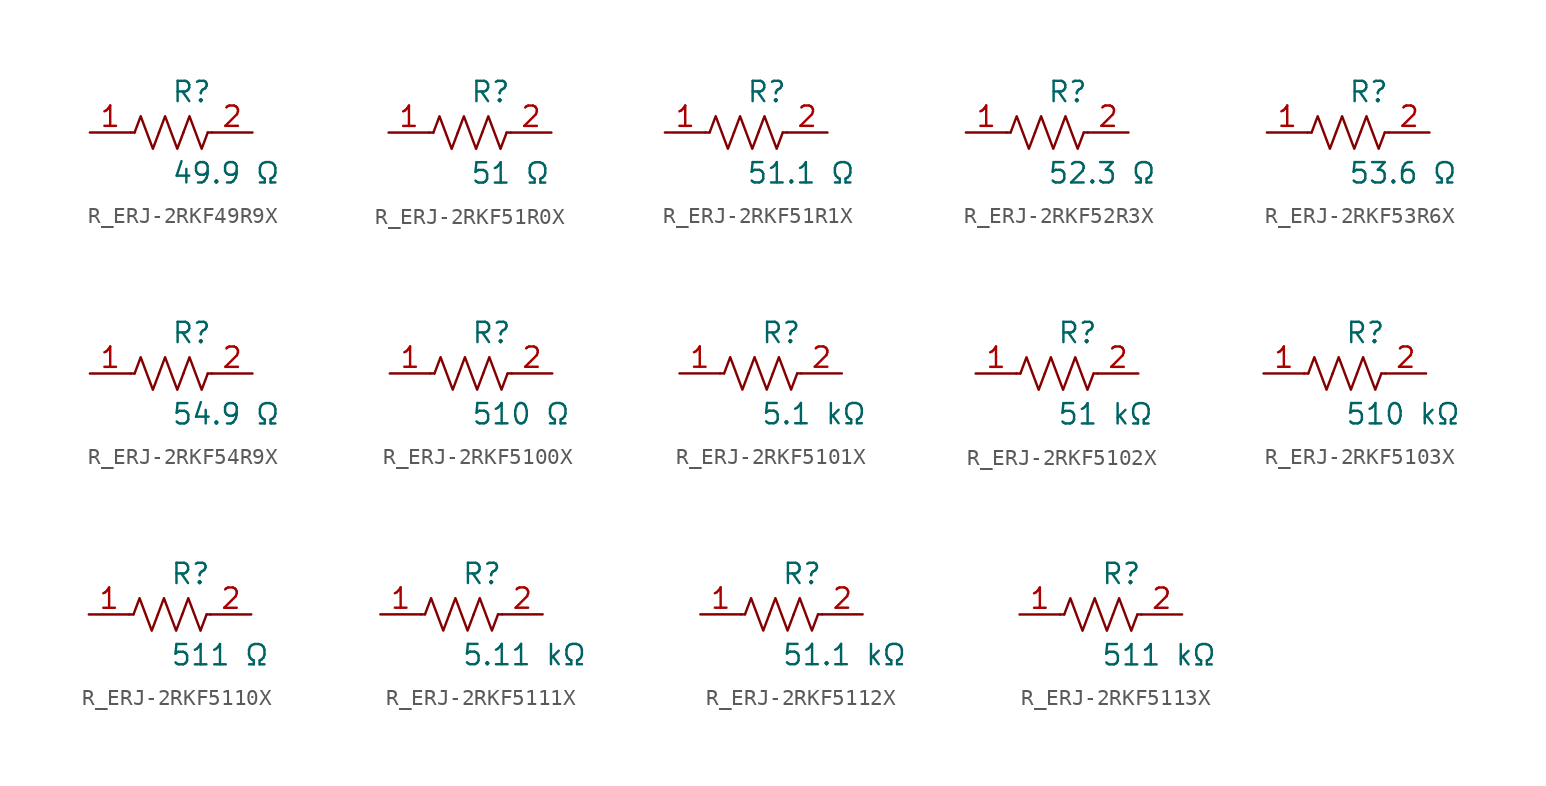
<source format=kicad_sym>
(kicad_symbol_lib
  (version 20231120)
  (generator kicad_symbol_editor)
  (generator_version 8.0)
  (symbol "R_ERJ-2RKF49R9X"
    (pin_names
      (offset 0.254))
    (property "Reference" "R"
      (at 0 2.54 0)
      (effects (font (size 1.27 1.27)) (justify left)))
    (property "Value" "49.9 Ω"
      (at 0 -2.54 0)
      (effects (font (size 1.27 1.27)) (justify left)))
    (symbol "R_ERJ-2RKF49R9X_0_1"
      (polyline (pts (xy 2.286 0) (xy 2.54 0)) (stroke (width 0) (type default)) (fill (type none)))
      (polyline (pts (xy -2.286 0) (xy -2.54 0)) (stroke (width 0) (type default)) (fill (type none)))
      (polyline (pts (xy 0.762 0) (xy 1.143 1.016) (xy 1.524 0) (xy 1.905 -1.016) (xy 2.286 0)) (stroke (width 0) (type default)) (fill (type none)))
      (polyline (pts (xy -0.762 0) (xy -0.381 1.016) (xy 0 0) (xy 0.381 -1.016) (xy 0.762 0)) (stroke (width 0) (type default)) (fill (type none)))
      (polyline (pts (xy -2.286 0) (xy -1.905 1.016) (xy -1.524 0) (xy -1.143 -1.016) (xy -0.762 0)) (stroke (width 0) (type default)) (fill (type none))))
    (pin passive line
      (at -5.08 0 0)
      (length 2.54)
      (name "" (effects (font (size 1.27 1.27))))
      (number "1" (effects (font (size 1.27 1.27)))))
    (pin passive line
      (at 5.08 0 180)
      (length 2.54)
      (name "" (effects (font (size 1.27 1.27))))
      (number "2" (effects (font (size 1.27 1.27))))))
  (symbol "R_ERJ-2RKF51R0X"
    (pin_names
      (offset 0.254))
    (property "Reference" "R"
      (at 0 2.54 0)
      (effects (font (size 1.27 1.27)) (justify left)))
    (property "Value" "51 Ω"
      (at 0 -2.54 0)
      (effects (font (size 1.27 1.27)) (justify left)))
    (symbol "R_ERJ-2RKF51R0X_0_1"
      (polyline (pts (xy 2.286 0) (xy 2.54 0)) (stroke (width 0) (type default)) (fill (type none)))
      (polyline (pts (xy -2.286 0) (xy -2.54 0)) (stroke (width 0) (type default)) (fill (type none)))
      (polyline (pts (xy 0.762 0) (xy 1.143 1.016) (xy 1.524 0) (xy 1.905 -1.016) (xy 2.286 0)) (stroke (width 0) (type default)) (fill (type none)))
      (polyline (pts (xy -0.762 0) (xy -0.381 1.016) (xy 0 0) (xy 0.381 -1.016) (xy 0.762 0)) (stroke (width 0) (type default)) (fill (type none)))
      (polyline (pts (xy -2.286 0) (xy -1.905 1.016) (xy -1.524 0) (xy -1.143 -1.016) (xy -0.762 0)) (stroke (width 0) (type default)) (fill (type none))))
    (pin passive line
      (at -5.08 0 0)
      (length 2.54)
      (name "" (effects (font (size 1.27 1.27))))
      (number "1" (effects (font (size 1.27 1.27)))))
    (pin passive line
      (at 5.08 0 180)
      (length 2.54)
      (name "" (effects (font (size 1.27 1.27))))
      (number "2" (effects (font (size 1.27 1.27))))))
  (symbol "R_ERJ-2RKF51R1X"
    (pin_names
      (offset 0.254))
    (property "Reference" "R"
      (at 0 2.54 0)
      (effects (font (size 1.27 1.27)) (justify left)))
    (property "Value" "51.1 Ω"
      (at 0 -2.54 0)
      (effects (font (size 1.27 1.27)) (justify left)))
    (symbol "R_ERJ-2RKF51R1X_0_1"
      (polyline (pts (xy 2.286 0) (xy 2.54 0)) (stroke (width 0) (type default)) (fill (type none)))
      (polyline (pts (xy -2.286 0) (xy -2.54 0)) (stroke (width 0) (type default)) (fill (type none)))
      (polyline (pts (xy 0.762 0) (xy 1.143 1.016) (xy 1.524 0) (xy 1.905 -1.016) (xy 2.286 0)) (stroke (width 0) (type default)) (fill (type none)))
      (polyline (pts (xy -0.762 0) (xy -0.381 1.016) (xy 0 0) (xy 0.381 -1.016) (xy 0.762 0)) (stroke (width 0) (type default)) (fill (type none)))
      (polyline (pts (xy -2.286 0) (xy -1.905 1.016) (xy -1.524 0) (xy -1.143 -1.016) (xy -0.762 0)) (stroke (width 0) (type default)) (fill (type none))))
    (pin passive line
      (at -5.08 0 0)
      (length 2.54)
      (name "" (effects (font (size 1.27 1.27))))
      (number "1" (effects (font (size 1.27 1.27)))))
    (pin passive line
      (at 5.08 0 180)
      (length 2.54)
      (name "" (effects (font (size 1.27 1.27))))
      (number "2" (effects (font (size 1.27 1.27))))))
  (symbol "R_ERJ-2RKF52R3X"
    (pin_names
      (offset 0.254))
    (property "Reference" "R"
      (at 0 2.54 0)
      (effects (font (size 1.27 1.27)) (justify left)))
    (property "Value" "52.3 Ω"
      (at 0 -2.54 0)
      (effects (font (size 1.27 1.27)) (justify left)))
    (symbol "R_ERJ-2RKF52R3X_0_1"
      (polyline (pts (xy 2.286 0) (xy 2.54 0)) (stroke (width 0) (type default)) (fill (type none)))
      (polyline (pts (xy -2.286 0) (xy -2.54 0)) (stroke (width 0) (type default)) (fill (type none)))
      (polyline (pts (xy 0.762 0) (xy 1.143 1.016) (xy 1.524 0) (xy 1.905 -1.016) (xy 2.286 0)) (stroke (width 0) (type default)) (fill (type none)))
      (polyline (pts (xy -0.762 0) (xy -0.381 1.016) (xy 0 0) (xy 0.381 -1.016) (xy 0.762 0)) (stroke (width 0) (type default)) (fill (type none)))
      (polyline (pts (xy -2.286 0) (xy -1.905 1.016) (xy -1.524 0) (xy -1.143 -1.016) (xy -0.762 0)) (stroke (width 0) (type default)) (fill (type none))))
    (pin passive line
      (at -5.08 0 0)
      (length 2.54)
      (name "" (effects (font (size 1.27 1.27))))
      (number "1" (effects (font (size 1.27 1.27)))))
    (pin passive line
      (at 5.08 0 180)
      (length 2.54)
      (name "" (effects (font (size 1.27 1.27))))
      (number "2" (effects (font (size 1.27 1.27))))))
  (symbol "R_ERJ-2RKF53R6X"
    (pin_names
      (offset 0.254))
    (property "Reference" "R"
      (at 0 2.54 0)
      (effects (font (size 1.27 1.27)) (justify left)))
    (property "Value" "53.6 Ω"
      (at 0 -2.54 0)
      (effects (font (size 1.27 1.27)) (justify left)))
    (symbol "R_ERJ-2RKF53R6X_0_1"
      (polyline (pts (xy 2.286 0) (xy 2.54 0)) (stroke (width 0) (type default)) (fill (type none)))
      (polyline (pts (xy -2.286 0) (xy -2.54 0)) (stroke (width 0) (type default)) (fill (type none)))
      (polyline (pts (xy 0.762 0) (xy 1.143 1.016) (xy 1.524 0) (xy 1.905 -1.016) (xy 2.286 0)) (stroke (width 0) (type default)) (fill (type none)))
      (polyline (pts (xy -0.762 0) (xy -0.381 1.016) (xy 0 0) (xy 0.381 -1.016) (xy 0.762 0)) (stroke (width 0) (type default)) (fill (type none)))
      (polyline (pts (xy -2.286 0) (xy -1.905 1.016) (xy -1.524 0) (xy -1.143 -1.016) (xy -0.762 0)) (stroke (width 0) (type default)) (fill (type none))))
    (pin passive line
      (at -5.08 0 0)
      (length 2.54)
      (name "" (effects (font (size 1.27 1.27))))
      (number "1" (effects (font (size 1.27 1.27)))))
    (pin passive line
      (at 5.08 0 180)
      (length 2.54)
      (name "" (effects (font (size 1.27 1.27))))
      (number "2" (effects (font (size 1.27 1.27))))))
  (symbol "R_ERJ-2RKF54R9X"
    (pin_names
      (offset 0.254))
    (property "Reference" "R"
      (at 0 2.54 0)
      (effects (font (size 1.27 1.27)) (justify left)))
    (property "Value" "54.9 Ω"
      (at 0 -2.54 0)
      (effects (font (size 1.27 1.27)) (justify left)))
    (symbol "R_ERJ-2RKF54R9X_0_1"
      (polyline (pts (xy 2.286 0) (xy 2.54 0)) (stroke (width 0) (type default)) (fill (type none)))
      (polyline (pts (xy -2.286 0) (xy -2.54 0)) (stroke (width 0) (type default)) (fill (type none)))
      (polyline (pts (xy 0.762 0) (xy 1.143 1.016) (xy 1.524 0) (xy 1.905 -1.016) (xy 2.286 0)) (stroke (width 0) (type default)) (fill (type none)))
      (polyline (pts (xy -0.762 0) (xy -0.381 1.016) (xy 0 0) (xy 0.381 -1.016) (xy 0.762 0)) (stroke (width 0) (type default)) (fill (type none)))
      (polyline (pts (xy -2.286 0) (xy -1.905 1.016) (xy -1.524 0) (xy -1.143 -1.016) (xy -0.762 0)) (stroke (width 0) (type default)) (fill (type none))))
    (pin passive line
      (at -5.08 0 0)
      (length 2.54)
      (name "" (effects (font (size 1.27 1.27))))
      (number "1" (effects (font (size 1.27 1.27)))))
    (pin passive line
      (at 5.08 0 180)
      (length 2.54)
      (name "" (effects (font (size 1.27 1.27))))
      (number "2" (effects (font (size 1.27 1.27))))))
  (symbol "R_ERJ-2RKF5100X"
    (pin_names
      (offset 0.254))
    (property "Reference" "R"
      (at 0 2.54 0)
      (effects (font (size 1.27 1.27)) (justify left)))
    (property "Value" "510 Ω"
      (at 0 -2.54 0)
      (effects (font (size 1.27 1.27)) (justify left)))
    (symbol "R_ERJ-2RKF5100X_0_1"
      (polyline (pts (xy 2.286 0) (xy 2.54 0)) (stroke (width 0) (type default)) (fill (type none)))
      (polyline (pts (xy -2.286 0) (xy -2.54 0)) (stroke (width 0) (type default)) (fill (type none)))
      (polyline (pts (xy 0.762 0) (xy 1.143 1.016) (xy 1.524 0) (xy 1.905 -1.016) (xy 2.286 0)) (stroke (width 0) (type default)) (fill (type none)))
      (polyline (pts (xy -0.762 0) (xy -0.381 1.016) (xy 0 0) (xy 0.381 -1.016) (xy 0.762 0)) (stroke (width 0) (type default)) (fill (type none)))
      (polyline (pts (xy -2.286 0) (xy -1.905 1.016) (xy -1.524 0) (xy -1.143 -1.016) (xy -0.762 0)) (stroke (width 0) (type default)) (fill (type none))))
    (pin passive line
      (at -5.08 0 0)
      (length 2.54)
      (name "" (effects (font (size 1.27 1.27))))
      (number "1" (effects (font (size 1.27 1.27)))))
    (pin passive line
      (at 5.08 0 180)
      (length 2.54)
      (name "" (effects (font (size 1.27 1.27))))
      (number "2" (effects (font (size 1.27 1.27))))))
  (symbol "R_ERJ-2RKF5101X"
    (pin_names
      (offset 0.254))
    (property "Reference" "R"
      (at 0 2.54 0)
      (effects (font (size 1.27 1.27)) (justify left)))
    (property "Value" "5.1 kΩ"
      (at 0 -2.54 0)
      (effects (font (size 1.27 1.27)) (justify left)))
    (symbol "R_ERJ-2RKF5101X_0_1"
      (polyline (pts (xy 2.286 0) (xy 2.54 0)) (stroke (width 0) (type default)) (fill (type none)))
      (polyline (pts (xy -2.286 0) (xy -2.54 0)) (stroke (width 0) (type default)) (fill (type none)))
      (polyline (pts (xy 0.762 0) (xy 1.143 1.016) (xy 1.524 0) (xy 1.905 -1.016) (xy 2.286 0)) (stroke (width 0) (type default)) (fill (type none)))
      (polyline (pts (xy -0.762 0) (xy -0.381 1.016) (xy 0 0) (xy 0.381 -1.016) (xy 0.762 0)) (stroke (width 0) (type default)) (fill (type none)))
      (polyline (pts (xy -2.286 0) (xy -1.905 1.016) (xy -1.524 0) (xy -1.143 -1.016) (xy -0.762 0)) (stroke (width 0) (type default)) (fill (type none))))
    (pin passive line
      (at -5.08 0 0)
      (length 2.54)
      (name "" (effects (font (size 1.27 1.27))))
      (number "1" (effects (font (size 1.27 1.27)))))
    (pin passive line
      (at 5.08 0 180)
      (length 2.54)
      (name "" (effects (font (size 1.27 1.27))))
      (number "2" (effects (font (size 1.27 1.27))))))
  (symbol "R_ERJ-2RKF5102X"
    (pin_names
      (offset 0.254))
    (property "Reference" "R"
      (at 0 2.54 0)
      (effects (font (size 1.27 1.27)) (justify left)))
    (property "Value" "51 kΩ"
      (at 0 -2.54 0)
      (effects (font (size 1.27 1.27)) (justify left)))
    (symbol "R_ERJ-2RKF5102X_0_1"
      (polyline (pts (xy 2.286 0) (xy 2.54 0)) (stroke (width 0) (type default)) (fill (type none)))
      (polyline (pts (xy -2.286 0) (xy -2.54 0)) (stroke (width 0) (type default)) (fill (type none)))
      (polyline (pts (xy 0.762 0) (xy 1.143 1.016) (xy 1.524 0) (xy 1.905 -1.016) (xy 2.286 0)) (stroke (width 0) (type default)) (fill (type none)))
      (polyline (pts (xy -0.762 0) (xy -0.381 1.016) (xy 0 0) (xy 0.381 -1.016) (xy 0.762 0)) (stroke (width 0) (type default)) (fill (type none)))
      (polyline (pts (xy -2.286 0) (xy -1.905 1.016) (xy -1.524 0) (xy -1.143 -1.016) (xy -0.762 0)) (stroke (width 0) (type default)) (fill (type none))))
    (pin passive line
      (at -5.08 0 0)
      (length 2.54)
      (name "" (effects (font (size 1.27 1.27))))
      (number "1" (effects (font (size 1.27 1.27)))))
    (pin passive line
      (at 5.08 0 180)
      (length 2.54)
      (name "" (effects (font (size 1.27 1.27))))
      (number "2" (effects (font (size 1.27 1.27))))))
  (symbol "R_ERJ-2RKF5103X"
    (pin_names
      (offset 0.254))
    (property "Reference" "R"
      (at 0 2.54 0)
      (effects (font (size 1.27 1.27)) (justify left)))
    (property "Value" "510 kΩ"
      (at 0 -2.54 0)
      (effects (font (size 1.27 1.27)) (justify left)))
    (symbol "R_ERJ-2RKF5103X_0_1"
      (polyline (pts (xy 2.286 0) (xy 2.54 0)) (stroke (width 0) (type default)) (fill (type none)))
      (polyline (pts (xy -2.286 0) (xy -2.54 0)) (stroke (width 0) (type default)) (fill (type none)))
      (polyline (pts (xy 0.762 0) (xy 1.143 1.016) (xy 1.524 0) (xy 1.905 -1.016) (xy 2.286 0)) (stroke (width 0) (type default)) (fill (type none)))
      (polyline (pts (xy -0.762 0) (xy -0.381 1.016) (xy 0 0) (xy 0.381 -1.016) (xy 0.762 0)) (stroke (width 0) (type default)) (fill (type none)))
      (polyline (pts (xy -2.286 0) (xy -1.905 1.016) (xy -1.524 0) (xy -1.143 -1.016) (xy -0.762 0)) (stroke (width 0) (type default)) (fill (type none))))
    (pin passive line
      (at -5.08 0 0)
      (length 2.54)
      (name "" (effects (font (size 1.27 1.27))))
      (number "1" (effects (font (size 1.27 1.27)))))
    (pin passive line
      (at 5.08 0 180)
      (length 2.54)
      (name "" (effects (font (size 1.27 1.27))))
      (number "2" (effects (font (size 1.27 1.27))))))
  (symbol "R_ERJ-2RKF5110X"
    (pin_names
      (offset 0.254))
    (property "Reference" "R"
      (at 0 2.54 0)
      (effects (font (size 1.27 1.27)) (justify left)))
    (property "Value" "511 Ω"
      (at 0 -2.54 0)
      (effects (font (size 1.27 1.27)) (justify left)))
    (symbol "R_ERJ-2RKF5110X_0_1"
      (polyline (pts (xy 2.286 0) (xy 2.54 0)) (stroke (width 0) (type default)) (fill (type none)))
      (polyline (pts (xy -2.286 0) (xy -2.54 0)) (stroke (width 0) (type default)) (fill (type none)))
      (polyline (pts (xy 0.762 0) (xy 1.143 1.016) (xy 1.524 0) (xy 1.905 -1.016) (xy 2.286 0)) (stroke (width 0) (type default)) (fill (type none)))
      (polyline (pts (xy -0.762 0) (xy -0.381 1.016) (xy 0 0) (xy 0.381 -1.016) (xy 0.762 0)) (stroke (width 0) (type default)) (fill (type none)))
      (polyline (pts (xy -2.286 0) (xy -1.905 1.016) (xy -1.524 0) (xy -1.143 -1.016) (xy -0.762 0)) (stroke (width 0) (type default)) (fill (type none))))
    (pin passive line
      (at -5.08 0 0)
      (length 2.54)
      (name "" (effects (font (size 1.27 1.27))))
      (number "1" (effects (font (size 1.27 1.27)))))
    (pin passive line
      (at 5.08 0 180)
      (length 2.54)
      (name "" (effects (font (size 1.27 1.27))))
      (number "2" (effects (font (size 1.27 1.27))))))
  (symbol "R_ERJ-2RKF5111X"
    (pin_names
      (offset 0.254))
    (property "Reference" "R"
      (at 0 2.54 0)
      (effects (font (size 1.27 1.27)) (justify left)))
    (property "Value" "5.11 kΩ"
      (at 0 -2.54 0)
      (effects (font (size 1.27 1.27)) (justify left)))
    (symbol "R_ERJ-2RKF5111X_0_1"
      (polyline (pts (xy 2.286 0) (xy 2.54 0)) (stroke (width 0) (type default)) (fill (type none)))
      (polyline (pts (xy -2.286 0) (xy -2.54 0)) (stroke (width 0) (type default)) (fill (type none)))
      (polyline (pts (xy 0.762 0) (xy 1.143 1.016) (xy 1.524 0) (xy 1.905 -1.016) (xy 2.286 0)) (stroke (width 0) (type default)) (fill (type none)))
      (polyline (pts (xy -0.762 0) (xy -0.381 1.016) (xy 0 0) (xy 0.381 -1.016) (xy 0.762 0)) (stroke (width 0) (type default)) (fill (type none)))
      (polyline (pts (xy -2.286 0) (xy -1.905 1.016) (xy -1.524 0) (xy -1.143 -1.016) (xy -0.762 0)) (stroke (width 0) (type default)) (fill (type none))))
    (pin passive line
      (at -5.08 0 0)
      (length 2.54)
      (name "" (effects (font (size 1.27 1.27))))
      (number "1" (effects (font (size 1.27 1.27)))))
    (pin passive line
      (at 5.08 0 180)
      (length 2.54)
      (name "" (effects (font (size 1.27 1.27))))
      (number "2" (effects (font (size 1.27 1.27))))))
  (symbol "R_ERJ-2RKF5112X"
    (pin_names
      (offset 0.254))
    (property "Reference" "R"
      (at 0 2.54 0)
      (effects (font (size 1.27 1.27)) (justify left)))
    (property "Value" "51.1 kΩ"
      (at 0 -2.54 0)
      (effects (font (size 1.27 1.27)) (justify left)))
    (symbol "R_ERJ-2RKF5112X_0_1"
      (polyline (pts (xy 2.286 0) (xy 2.54 0)) (stroke (width 0) (type default)) (fill (type none)))
      (polyline (pts (xy -2.286 0) (xy -2.54 0)) (stroke (width 0) (type default)) (fill (type none)))
      (polyline (pts (xy 0.762 0) (xy 1.143 1.016) (xy 1.524 0) (xy 1.905 -1.016) (xy 2.286 0)) (stroke (width 0) (type default)) (fill (type none)))
      (polyline (pts (xy -0.762 0) (xy -0.381 1.016) (xy 0 0) (xy 0.381 -1.016) (xy 0.762 0)) (stroke (width 0) (type default)) (fill (type none)))
      (polyline (pts (xy -2.286 0) (xy -1.905 1.016) (xy -1.524 0) (xy -1.143 -1.016) (xy -0.762 0)) (stroke (width 0) (type default)) (fill (type none))))
    (pin passive line
      (at -5.08 0 0)
      (length 2.54)
      (name "" (effects (font (size 1.27 1.27))))
      (number "1" (effects (font (size 1.27 1.27)))))
    (pin passive line
      (at 5.08 0 180)
      (length 2.54)
      (name "" (effects (font (size 1.27 1.27))))
      (number "2" (effects (font (size 1.27 1.27))))))
  (symbol "R_ERJ-2RKF5113X"
    (pin_names
      (offset 0.254))
    (property "Reference" "R"
      (at 0 2.54 0)
      (effects (font (size 1.27 1.27)) (justify left)))
    (property "Value" "511 kΩ"
      (at 0 -2.54 0)
      (effects (font (size 1.27 1.27)) (justify left)))
    (symbol "R_ERJ-2RKF5113X_0_1"
      (polyline (pts (xy 2.286 0) (xy 2.54 0)) (stroke (width 0) (type default)) (fill (type none)))
      (polyline (pts (xy -2.286 0) (xy -2.54 0)) (stroke (width 0) (type default)) (fill (type none)))
      (polyline (pts (xy 0.762 0) (xy 1.143 1.016) (xy 1.524 0) (xy 1.905 -1.016) (xy 2.286 0)) (stroke (width 0) (type default)) (fill (type none)))
      (polyline (pts (xy -0.762 0) (xy -0.381 1.016) (xy 0 0) (xy 0.381 -1.016) (xy 0.762 0)) (stroke (width 0) (type default)) (fill (type none)))
      (polyline (pts (xy -2.286 0) (xy -1.905 1.016) (xy -1.524 0) (xy -1.143 -1.016) (xy -0.762 0)) (stroke (width 0) (type default)) (fill (type none))))
    (pin passive line
      (at -5.08 0 0)
      (length 2.54)
      (name "" (effects (font (size 1.27 1.27))))
      (number "1" (effects (font (size 1.27 1.27)))))
    (pin passive line
      (at 5.08 0 180)
      (length 2.54)
      (name "" (effects (font (size 1.27 1.27))))
      (number "2" (effects (font (size 1.27 1.27)))))))
</source>
